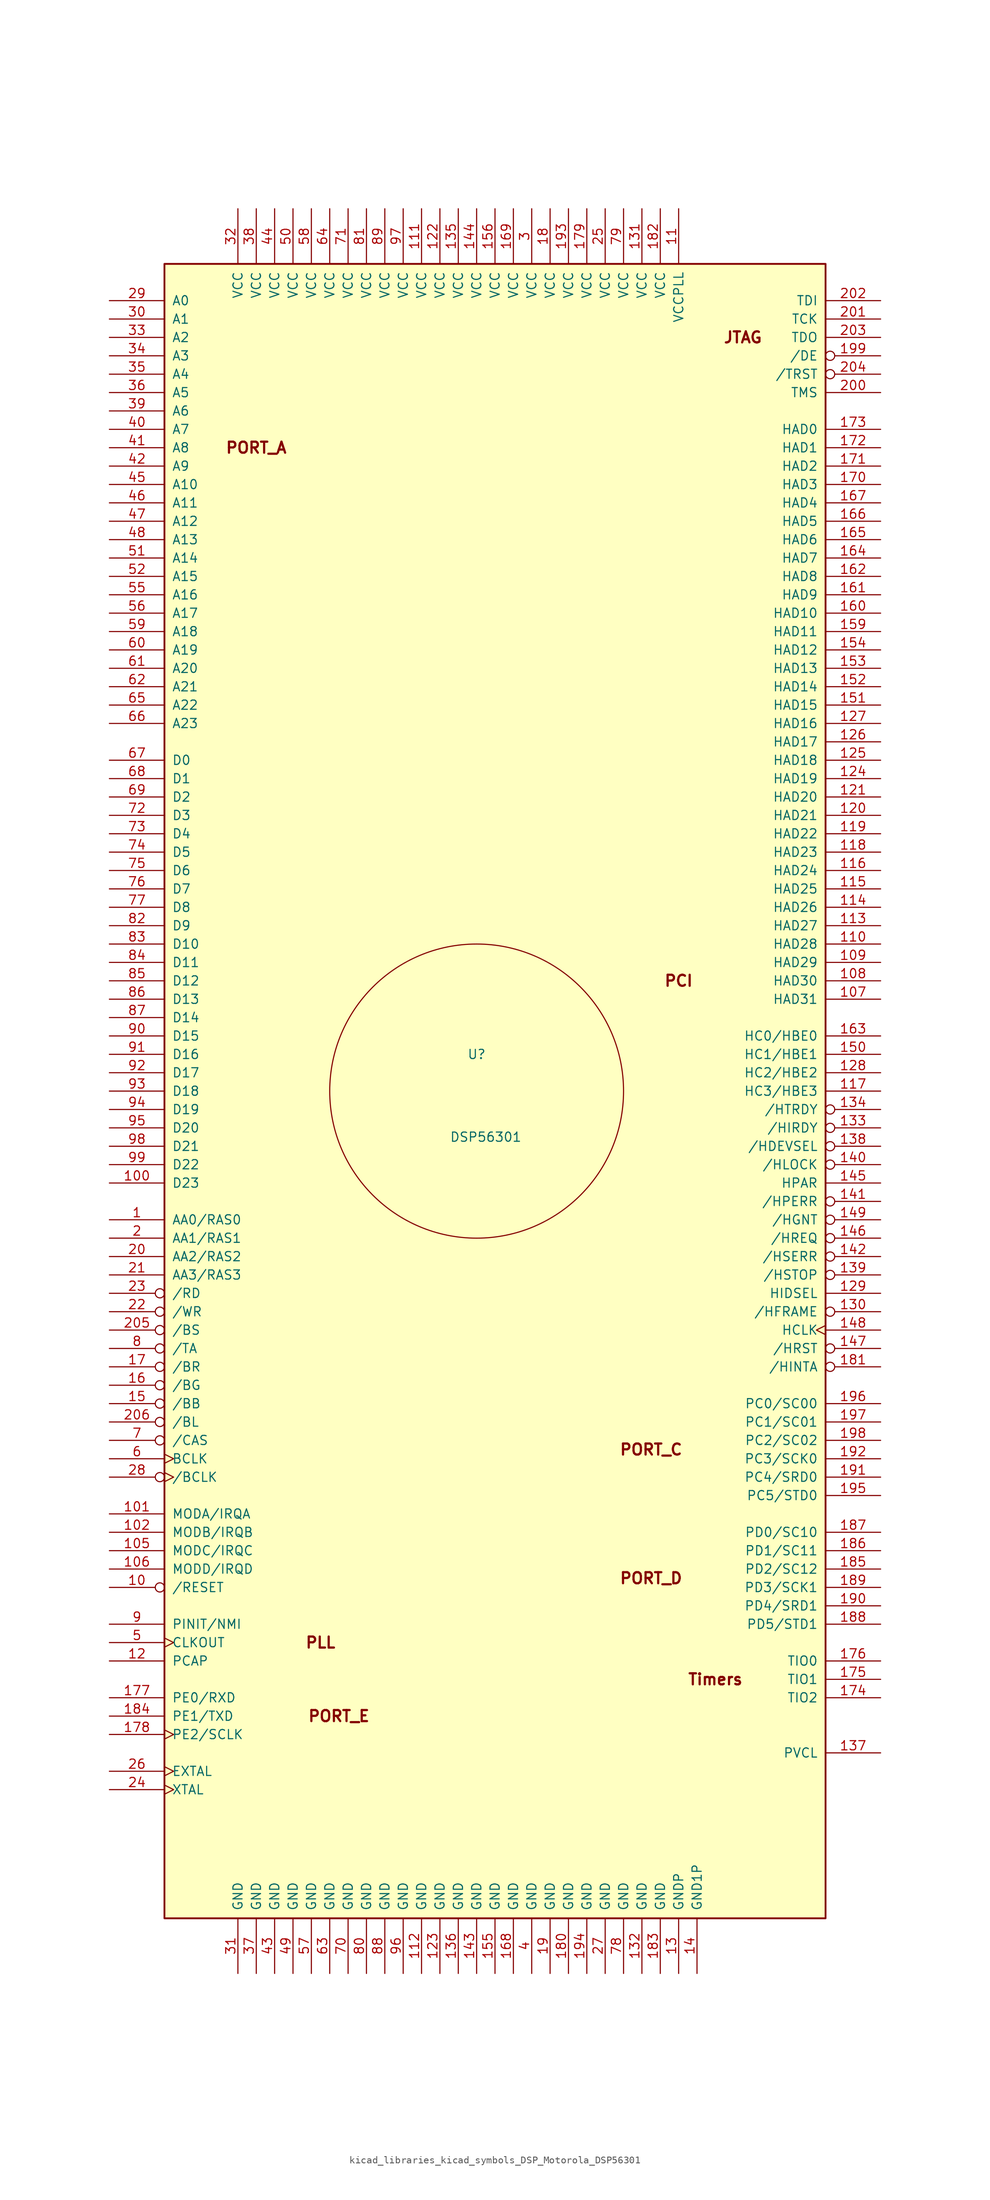
<source format=kicad_sym>
(kicad_symbol_lib
  (version 20220914)
  (generator kicad_symbol_editor)
  (symbol "kicad_libraries_kicad_symbols_DSP_Motorola_DSP56301"
    (pin_names
      (offset 1.016))
    (property "Reference" "U"
      (at 0 2.54 0)
      (effects (font (size 1.27 1.27))))
    (property "Value" "DSP56301"
      (at 1.27 -8.89 0)
      (effects (font (size 1.27 1.27))))
    (symbol "kicad_libraries_kicad_symbols_DSP_Motorola_DSP56301_0_1"
      (rectangle (start -43.18 111.76) (end 48.26 -116.84) (stroke (width 0.254) (type default)) (fill (type background)))
      (circle (center 0 -2.54) (radius 20.32) (stroke (width 0) (type default)) (fill (type none)))
      (text "JTAG" (at 36.83 101.6 0) (effects (font (size 1.524 1.524) bold)))
      (text "PCI" (at 27.94 12.7 0) (effects (font (size 1.524 1.524) bold)))
      (text "PLL" (at -21.59 -78.74 0) (effects (font (size 1.524 1.524) bold)))
      (text "PORT_A" (at -30.48 86.36 0) (effects (font (size 1.524 1.524) bold)))
      (text "PORT_C" (at 24.13 -52.07 0) (effects (font (size 1.524 1.524) bold)))
      (text "PORT_D" (at 24.13 -69.85 0) (effects (font (size 1.524 1.524) bold)))
      (text "PORT_E" (at -19.05 -88.9 0) (effects (font (size 1.524 1.524) bold)))
      (text "Timers" (at 33.02 -83.82 0) (effects (font (size 1.524 1.524) bold))))
    (symbol "kicad_libraries_kicad_symbols_DSP_Motorola_DSP56301_1_1"
      (pin output line (at -50.8 -20.32 0) (length 7.62) (name "AA0/RAS0" (effects (font (size 1.27 1.27)))) (number "1" (effects (font (size 1.27 1.27)))))
      (pin input inverted (at -50.8 -71.12 0) (length 7.62) (name "/RESET" (effects (font (size 1.27 1.27)))) (number "10" (effects (font (size 1.27 1.27)))))
      (pin bidirectional line (at -50.8 -15.24 0) (length 7.62) (name "D23" (effects (font (size 1.27 1.27)))) (number "100" (effects (font (size 1.27 1.27)))))
      (pin input line (at -50.8 -60.96 0) (length 7.62) (name "MODA/IRQA" (effects (font (size 1.27 1.27)))) (number "101" (effects (font (size 1.27 1.27)))))
      (pin input line (at -50.8 -63.5 0) (length 7.62) (name "MODB/IRQB" (effects (font (size 1.27 1.27)))) (number "102" (effects (font (size 1.27 1.27)))))
      (pin input line (at -50.8 -66.04 0) (length 7.62) (name "MODC/IRQC" (effects (font (size 1.27 1.27)))) (number "105" (effects (font (size 1.27 1.27)))))
      (pin input line (at -50.8 -68.58 0) (length 7.62) (name "MODD/IRQD" (effects (font (size 1.27 1.27)))) (number "106" (effects (font (size 1.27 1.27)))))
      (pin bidirectional line (at 55.88 10.16 180) (length 7.62) (name "HAD31" (effects (font (size 1.27 1.27)))) (number "107" (effects (font (size 1.27 1.27)))))
      (pin bidirectional line (at 55.88 12.7 180) (length 7.62) (name "HAD30" (effects (font (size 1.27 1.27)))) (number "108" (effects (font (size 1.27 1.27)))))
      (pin bidirectional line (at 55.88 15.24 180) (length 7.62) (name "HAD29" (effects (font (size 1.27 1.27)))) (number "109" (effects (font (size 1.27 1.27)))))
      (pin power_in line (at 27.94 119.38 270) (length 7.62) (name "VCCPLL" (effects (font (size 1.27 1.27)))) (number "11" (effects (font (size 1.27 1.27)))))
      (pin bidirectional line (at 55.88 17.78 180) (length 7.62) (name "HAD28" (effects (font (size 1.27 1.27)))) (number "110" (effects (font (size 1.27 1.27)))))
      (pin power_in line (at -7.62 119.38 270) (length 7.62) (name "VCC" (effects (font (size 1.27 1.27)))) (number "111" (effects (font (size 1.27 1.27)))))
      (pin power_in line (at -7.62 -124.46 90) (length 7.62) (name "GND" (effects (font (size 1.27 1.27)))) (number "112" (effects (font (size 1.27 1.27)))))
      (pin bidirectional line (at 55.88 20.32 180) (length 7.62) (name "HAD27" (effects (font (size 1.27 1.27)))) (number "113" (effects (font (size 1.27 1.27)))))
      (pin bidirectional line (at 55.88 22.86 180) (length 7.62) (name "HAD26" (effects (font (size 1.27 1.27)))) (number "114" (effects (font (size 1.27 1.27)))))
      (pin bidirectional line (at 55.88 25.4 180) (length 7.62) (name "HAD25" (effects (font (size 1.27 1.27)))) (number "115" (effects (font (size 1.27 1.27)))))
      (pin bidirectional line (at 55.88 27.94 180) (length 7.62) (name "HAD24" (effects (font (size 1.27 1.27)))) (number "116" (effects (font (size 1.27 1.27)))))
      (pin bidirectional line (at 55.88 -2.54 180) (length 7.62) (name "HC3/HBE3" (effects (font (size 1.27 1.27)))) (number "117" (effects (font (size 1.27 1.27)))))
      (pin bidirectional line (at 55.88 30.48 180) (length 7.62) (name "HAD23" (effects (font (size 1.27 1.27)))) (number "118" (effects (font (size 1.27 1.27)))))
      (pin bidirectional line (at 55.88 33.02 180) (length 7.62) (name "HAD22" (effects (font (size 1.27 1.27)))) (number "119" (effects (font (size 1.27 1.27)))))
      (pin input line (at -50.8 -81.28 0) (length 7.62) (name "PCAP" (effects (font (size 1.27 1.27)))) (number "12" (effects (font (size 1.27 1.27)))))
      (pin bidirectional line (at 55.88 35.56 180) (length 7.62) (name "HAD21" (effects (font (size 1.27 1.27)))) (number "120" (effects (font (size 1.27 1.27)))))
      (pin bidirectional line (at 55.88 38.1 180) (length 7.62) (name "HAD20" (effects (font (size 1.27 1.27)))) (number "121" (effects (font (size 1.27 1.27)))))
      (pin power_in line (at -5.08 119.38 270) (length 7.62) (name "VCC" (effects (font (size 1.27 1.27)))) (number "122" (effects (font (size 1.27 1.27)))))
      (pin power_in line (at -5.08 -124.46 90) (length 7.62) (name "GND" (effects (font (size 1.27 1.27)))) (number "123" (effects (font (size 1.27 1.27)))))
      (pin bidirectional line (at 55.88 40.64 180) (length 7.62) (name "HAD19" (effects (font (size 1.27 1.27)))) (number "124" (effects (font (size 1.27 1.27)))))
      (pin bidirectional line (at 55.88 43.18 180) (length 7.62) (name "HAD18" (effects (font (size 1.27 1.27)))) (number "125" (effects (font (size 1.27 1.27)))))
      (pin bidirectional line (at 55.88 45.72 180) (length 7.62) (name "HAD17" (effects (font (size 1.27 1.27)))) (number "126" (effects (font (size 1.27 1.27)))))
      (pin bidirectional line (at 55.88 48.26 180) (length 7.62) (name "HAD16" (effects (font (size 1.27 1.27)))) (number "127" (effects (font (size 1.27 1.27)))))
      (pin bidirectional line (at 55.88 0 180) (length 7.62) (name "HC2/HBE2" (effects (font (size 1.27 1.27)))) (number "128" (effects (font (size 1.27 1.27)))))
      (pin input line (at 55.88 -30.48 180) (length 7.62) (name "HIDSEL" (effects (font (size 1.27 1.27)))) (number "129" (effects (font (size 1.27 1.27)))))
      (pin power_in line (at 27.94 -124.46 90) (length 7.62) (name "GNDP" (effects (font (size 1.27 1.27)))) (number "13" (effects (font (size 1.27 1.27)))))
      (pin bidirectional inverted (at 55.88 -33.02 180) (length 7.62) (name "/HFRAME" (effects (font (size 1.27 1.27)))) (number "130" (effects (font (size 1.27 1.27)))))
      (pin power_in line (at 22.86 119.38 270) (length 7.62) (name "VCC" (effects (font (size 1.27 1.27)))) (number "131" (effects (font (size 1.27 1.27)))))
      (pin power_in line (at 22.86 -124.46 90) (length 7.62) (name "GND" (effects (font (size 1.27 1.27)))) (number "132" (effects (font (size 1.27 1.27)))))
      (pin bidirectional inverted (at 55.88 -7.62 180) (length 7.62) (name "/HIRDY" (effects (font (size 1.27 1.27)))) (number "133" (effects (font (size 1.27 1.27)))))
      (pin bidirectional inverted (at 55.88 -5.08 180) (length 7.62) (name "/HTRDY" (effects (font (size 1.27 1.27)))) (number "134" (effects (font (size 1.27 1.27)))))
      (pin power_in line (at -2.54 119.38 270) (length 7.62) (name "VCC" (effects (font (size 1.27 1.27)))) (number "135" (effects (font (size 1.27 1.27)))))
      (pin power_in line (at -2.54 -124.46 90) (length 7.62) (name "GND" (effects (font (size 1.27 1.27)))) (number "136" (effects (font (size 1.27 1.27)))))
      (pin input line (at 55.88 -93.98 180) (length 7.62) (name "PVCL" (effects (font (size 1.27 1.27)))) (number "137" (effects (font (size 1.27 1.27)))))
      (pin bidirectional inverted (at 55.88 -10.16 180) (length 7.62) (name "/HDEVSEL" (effects (font (size 1.27 1.27)))) (number "138" (effects (font (size 1.27 1.27)))))
      (pin bidirectional inverted (at 55.88 -27.94 180) (length 7.62) (name "/HSTOP" (effects (font (size 1.27 1.27)))) (number "139" (effects (font (size 1.27 1.27)))))
      (pin power_in line (at 30.48 -124.46 90) (length 7.62) (name "GND1P" (effects (font (size 1.27 1.27)))) (number "14" (effects (font (size 1.27 1.27)))))
      (pin bidirectional inverted (at 55.88 -12.7 180) (length 7.62) (name "/HLOCK" (effects (font (size 1.27 1.27)))) (number "140" (effects (font (size 1.27 1.27)))))
      (pin bidirectional inverted (at 55.88 -17.78 180) (length 7.62) (name "/HPERR" (effects (font (size 1.27 1.27)))) (number "141" (effects (font (size 1.27 1.27)))))
      (pin output inverted (at 55.88 -25.4 180) (length 7.62) (name "/HSERR" (effects (font (size 1.27 1.27)))) (number "142" (effects (font (size 1.27 1.27)))))
      (pin power_in line (at 0 -124.46 90) (length 7.62) (name "GND" (effects (font (size 1.27 1.27)))) (number "143" (effects (font (size 1.27 1.27)))))
      (pin power_in line (at 0 119.38 270) (length 7.62) (name "VCC" (effects (font (size 1.27 1.27)))) (number "144" (effects (font (size 1.27 1.27)))))
      (pin bidirectional line (at 55.88 -15.24 180) (length 7.62) (name "HPAR" (effects (font (size 1.27 1.27)))) (number "145" (effects (font (size 1.27 1.27)))))
      (pin output inverted (at 55.88 -22.86 180) (length 7.62) (name "/HREQ" (effects (font (size 1.27 1.27)))) (number "146" (effects (font (size 1.27 1.27)))))
      (pin input inverted (at 55.88 -38.1 180) (length 7.62) (name "/HRST" (effects (font (size 1.27 1.27)))) (number "147" (effects (font (size 1.27 1.27)))))
      (pin input clock (at 55.88 -35.56 180) (length 7.62) (name "HCLK" (effects (font (size 1.27 1.27)))) (number "148" (effects (font (size 1.27 1.27)))))
      (pin input inverted (at 55.88 -20.32 180) (length 7.62) (name "/HGNT" (effects (font (size 1.27 1.27)))) (number "149" (effects (font (size 1.27 1.27)))))
      (pin bidirectional inverted (at -50.8 -45.72 0) (length 7.62) (name "/BB" (effects (font (size 1.27 1.27)))) (number "15" (effects (font (size 1.27 1.27)))))
      (pin bidirectional line (at 55.88 2.54 180) (length 7.62) (name "HC1/HBE1" (effects (font (size 1.27 1.27)))) (number "150" (effects (font (size 1.27 1.27)))))
      (pin bidirectional line (at 55.88 50.8 180) (length 7.62) (name "HAD15" (effects (font (size 1.27 1.27)))) (number "151" (effects (font (size 1.27 1.27)))))
      (pin bidirectional line (at 55.88 53.34 180) (length 7.62) (name "HAD14" (effects (font (size 1.27 1.27)))) (number "152" (effects (font (size 1.27 1.27)))))
      (pin bidirectional line (at 55.88 55.88 180) (length 7.62) (name "HAD13" (effects (font (size 1.27 1.27)))) (number "153" (effects (font (size 1.27 1.27)))))
      (pin bidirectional line (at 55.88 58.42 180) (length 7.62) (name "HAD12" (effects (font (size 1.27 1.27)))) (number "154" (effects (font (size 1.27 1.27)))))
      (pin power_in line (at 2.54 -124.46 90) (length 7.62) (name "GND" (effects (font (size 1.27 1.27)))) (number "155" (effects (font (size 1.27 1.27)))))
      (pin power_in line (at 2.54 119.38 270) (length 7.62) (name "VCC" (effects (font (size 1.27 1.27)))) (number "156" (effects (font (size 1.27 1.27)))))
      (pin bidirectional line (at 55.88 60.96 180) (length 7.62) (name "HAD11" (effects (font (size 1.27 1.27)))) (number "159" (effects (font (size 1.27 1.27)))))
      (pin input inverted (at -50.8 -43.18 0) (length 7.62) (name "/BG" (effects (font (size 1.27 1.27)))) (number "16" (effects (font (size 1.27 1.27)))))
      (pin bidirectional line (at 55.88 63.5 180) (length 7.62) (name "HAD10" (effects (font (size 1.27 1.27)))) (number "160" (effects (font (size 1.27 1.27)))))
      (pin bidirectional line (at 55.88 66.04 180) (length 7.62) (name "HAD9" (effects (font (size 1.27 1.27)))) (number "161" (effects (font (size 1.27 1.27)))))
      (pin bidirectional line (at 55.88 68.58 180) (length 7.62) (name "HAD8" (effects (font (size 1.27 1.27)))) (number "162" (effects (font (size 1.27 1.27)))))
      (pin bidirectional line (at 55.88 5.08 180) (length 7.62) (name "HC0/HBE0" (effects (font (size 1.27 1.27)))) (number "163" (effects (font (size 1.27 1.27)))))
      (pin bidirectional line (at 55.88 71.12 180) (length 7.62) (name "HAD7" (effects (font (size 1.27 1.27)))) (number "164" (effects (font (size 1.27 1.27)))))
      (pin bidirectional line (at 55.88 73.66 180) (length 7.62) (name "HAD6" (effects (font (size 1.27 1.27)))) (number "165" (effects (font (size 1.27 1.27)))))
      (pin bidirectional line (at 55.88 76.2 180) (length 7.62) (name "HAD5" (effects (font (size 1.27 1.27)))) (number "166" (effects (font (size 1.27 1.27)))))
      (pin bidirectional line (at 55.88 78.74 180) (length 7.62) (name "HAD4" (effects (font (size 1.27 1.27)))) (number "167" (effects (font (size 1.27 1.27)))))
      (pin power_in line (at 5.08 -124.46 90) (length 7.62) (name "GND" (effects (font (size 1.27 1.27)))) (number "168" (effects (font (size 1.27 1.27)))))
      (pin power_in line (at 5.08 119.38 270) (length 7.62) (name "VCC" (effects (font (size 1.27 1.27)))) (number "169" (effects (font (size 1.27 1.27)))))
      (pin output inverted (at -50.8 -40.64 0) (length 7.62) (name "/BR" (effects (font (size 1.27 1.27)))) (number "17" (effects (font (size 1.27 1.27)))))
      (pin bidirectional line (at 55.88 81.28 180) (length 7.62) (name "HAD3" (effects (font (size 1.27 1.27)))) (number "170" (effects (font (size 1.27 1.27)))))
      (pin bidirectional line (at 55.88 83.82 180) (length 7.62) (name "HAD2" (effects (font (size 1.27 1.27)))) (number "171" (effects (font (size 1.27 1.27)))))
      (pin bidirectional line (at 55.88 86.36 180) (length 7.62) (name "HAD1" (effects (font (size 1.27 1.27)))) (number "172" (effects (font (size 1.27 1.27)))))
      (pin bidirectional line (at 55.88 88.9 180) (length 7.62) (name "HAD0" (effects (font (size 1.27 1.27)))) (number "173" (effects (font (size 1.27 1.27)))))
      (pin bidirectional line (at 55.88 -86.36 180) (length 7.62) (name "TIO2" (effects (font (size 1.27 1.27)))) (number "174" (effects (font (size 1.27 1.27)))))
      (pin bidirectional line (at 55.88 -83.82 180) (length 7.62) (name "TIO1" (effects (font (size 1.27 1.27)))) (number "175" (effects (font (size 1.27 1.27)))))
      (pin bidirectional line (at 55.88 -81.28 180) (length 7.62) (name "TIO0" (effects (font (size 1.27 1.27)))) (number "176" (effects (font (size 1.27 1.27)))))
      (pin bidirectional line (at -50.8 -86.36 0) (length 7.62) (name "PE0/RXD" (effects (font (size 1.27 1.27)))) (number "177" (effects (font (size 1.27 1.27)))))
      (pin bidirectional clock (at -50.8 -91.44 0) (length 7.62) (name "PE2/SCLK" (effects (font (size 1.27 1.27)))) (number "178" (effects (font (size 1.27 1.27)))))
      (pin power_in line (at 15.24 119.38 270) (length 7.62) (name "VCC" (effects (font (size 1.27 1.27)))) (number "179" (effects (font (size 1.27 1.27)))))
      (pin power_in line (at 10.16 119.38 270) (length 7.62) (name "VCC" (effects (font (size 1.27 1.27)))) (number "18" (effects (font (size 1.27 1.27)))))
      (pin power_in line (at 12.7 -124.46 90) (length 7.62) (name "GND" (effects (font (size 1.27 1.27)))) (number "180" (effects (font (size 1.27 1.27)))))
      (pin output inverted (at 55.88 -40.64 180) (length 7.62) (name "/HINTA" (effects (font (size 1.27 1.27)))) (number "181" (effects (font (size 1.27 1.27)))))
      (pin power_in line (at 25.4 119.38 270) (length 7.62) (name "VCC" (effects (font (size 1.27 1.27)))) (number "182" (effects (font (size 1.27 1.27)))))
      (pin power_in line (at 25.4 -124.46 90) (length 7.62) (name "GND" (effects (font (size 1.27 1.27)))) (number "183" (effects (font (size 1.27 1.27)))))
      (pin bidirectional line (at -50.8 -88.9 0) (length 7.62) (name "PE1/TXD" (effects (font (size 1.27 1.27)))) (number "184" (effects (font (size 1.27 1.27)))))
      (pin bidirectional line (at 55.88 -68.58 180) (length 7.62) (name "PD2/SC12" (effects (font (size 1.27 1.27)))) (number "185" (effects (font (size 1.27 1.27)))))
      (pin bidirectional line (at 55.88 -66.04 180) (length 7.62) (name "PD1/SC11" (effects (font (size 1.27 1.27)))) (number "186" (effects (font (size 1.27 1.27)))))
      (pin bidirectional line (at 55.88 -63.5 180) (length 7.62) (name "PD0/SC10" (effects (font (size 1.27 1.27)))) (number "187" (effects (font (size 1.27 1.27)))))
      (pin bidirectional line (at 55.88 -76.2 180) (length 7.62) (name "PD5/STD1" (effects (font (size 1.27 1.27)))) (number "188" (effects (font (size 1.27 1.27)))))
      (pin bidirectional line (at 55.88 -71.12 180) (length 7.62) (name "PD3/SCK1" (effects (font (size 1.27 1.27)))) (number "189" (effects (font (size 1.27 1.27)))))
      (pin power_in line (at 10.16 -124.46 90) (length 7.62) (name "GND" (effects (font (size 1.27 1.27)))) (number "19" (effects (font (size 1.27 1.27)))))
      (pin bidirectional line (at 55.88 -73.66 180) (length 7.62) (name "PD4/SRD1" (effects (font (size 1.27 1.27)))) (number "190" (effects (font (size 1.27 1.27)))))
      (pin bidirectional line (at 55.88 -55.88 180) (length 7.62) (name "PC4/SRD0" (effects (font (size 1.27 1.27)))) (number "191" (effects (font (size 1.27 1.27)))))
      (pin bidirectional line (at 55.88 -53.34 180) (length 7.62) (name "PC3/SCK0" (effects (font (size 1.27 1.27)))) (number "192" (effects (font (size 1.27 1.27)))))
      (pin power_in line (at 12.7 119.38 270) (length 7.62) (name "VCC" (effects (font (size 1.27 1.27)))) (number "193" (effects (font (size 1.27 1.27)))))
      (pin power_in line (at 15.24 -124.46 90) (length 7.62) (name "GND" (effects (font (size 1.27 1.27)))) (number "194" (effects (font (size 1.27 1.27)))))
      (pin bidirectional line (at 55.88 -58.42 180) (length 7.62) (name "PC5/STD0" (effects (font (size 1.27 1.27)))) (number "195" (effects (font (size 1.27 1.27)))))
      (pin bidirectional line (at 55.88 -45.72 180) (length 7.62) (name "PC0/SC00" (effects (font (size 1.27 1.27)))) (number "196" (effects (font (size 1.27 1.27)))))
      (pin bidirectional line (at 55.88 -48.26 180) (length 7.62) (name "PC1/SC01" (effects (font (size 1.27 1.27)))) (number "197" (effects (font (size 1.27 1.27)))))
      (pin bidirectional line (at 55.88 -50.8 180) (length 7.62) (name "PC2/SC02" (effects (font (size 1.27 1.27)))) (number "198" (effects (font (size 1.27 1.27)))))
      (pin output inverted (at 55.88 99.06 180) (length 7.62) (name "/DE" (effects (font (size 1.27 1.27)))) (number "199" (effects (font (size 1.27 1.27)))))
      (pin output line (at -50.8 -22.86 0) (length 7.62) (name "AA1/RAS1" (effects (font (size 1.27 1.27)))) (number "2" (effects (font (size 1.27 1.27)))))
      (pin output line (at -50.8 -25.4 0) (length 7.62) (name "AA2/RAS2" (effects (font (size 1.27 1.27)))) (number "20" (effects (font (size 1.27 1.27)))))
      (pin input line (at 55.88 93.98 180) (length 7.62) (name "TMS" (effects (font (size 1.27 1.27)))) (number "200" (effects (font (size 1.27 1.27)))))
      (pin input line (at 55.88 104.14 180) (length 7.62) (name "TCK" (effects (font (size 1.27 1.27)))) (number "201" (effects (font (size 1.27 1.27)))))
      (pin input line (at 55.88 106.68 180) (length 7.62) (name "TDI" (effects (font (size 1.27 1.27)))) (number "202" (effects (font (size 1.27 1.27)))))
      (pin output line (at 55.88 101.6 180) (length 7.62) (name "TDO" (effects (font (size 1.27 1.27)))) (number "203" (effects (font (size 1.27 1.27)))))
      (pin input inverted (at 55.88 96.52 180) (length 7.62) (name "/TRST" (effects (font (size 1.27 1.27)))) (number "204" (effects (font (size 1.27 1.27)))))
      (pin output inverted (at -50.8 -35.56 0) (length 7.62) (name "/BS" (effects (font (size 1.27 1.27)))) (number "205" (effects (font (size 1.27 1.27)))))
      (pin output inverted (at -50.8 -48.26 0) (length 7.62) (name "/BL" (effects (font (size 1.27 1.27)))) (number "206" (effects (font (size 1.27 1.27)))))
      (pin output line (at -50.8 -27.94 0) (length 7.62) (name "AA3/RAS3" (effects (font (size 1.27 1.27)))) (number "21" (effects (font (size 1.27 1.27)))))
      (pin output inverted (at -50.8 -33.02 0) (length 7.62) (name "/WR" (effects (font (size 1.27 1.27)))) (number "22" (effects (font (size 1.27 1.27)))))
      (pin output inverted (at -50.8 -30.48 0) (length 7.62) (name "/RD" (effects (font (size 1.27 1.27)))) (number "23" (effects (font (size 1.27 1.27)))))
      (pin output clock (at -50.8 -99.06 0) (length 7.62) (name "XTAL" (effects (font (size 1.27 1.27)))) (number "24" (effects (font (size 1.27 1.27)))))
      (pin power_in line (at 17.78 119.38 270) (length 7.62) (name "VCC" (effects (font (size 1.27 1.27)))) (number "25" (effects (font (size 1.27 1.27)))))
      (pin input clock (at -50.8 -96.52 0) (length 7.62) (name "EXTAL" (effects (font (size 1.27 1.27)))) (number "26" (effects (font (size 1.27 1.27)))))
      (pin power_in line (at 17.78 -124.46 90) (length 7.62) (name "GND" (effects (font (size 1.27 1.27)))) (number "27" (effects (font (size 1.27 1.27)))))
      (pin output inverted_clock (at -50.8 -55.88 0) (length 7.62) (name "/BCLK" (effects (font (size 1.27 1.27)))) (number "28" (effects (font (size 1.27 1.27)))))
      (pin output line (at -50.8 106.68 0) (length 7.62) (name "A0" (effects (font (size 1.27 1.27)))) (number "29" (effects (font (size 1.27 1.27)))))
      (pin power_in line (at 7.62 119.38 270) (length 7.62) (name "VCC" (effects (font (size 1.27 1.27)))) (number "3" (effects (font (size 1.27 1.27)))))
      (pin output line (at -50.8 104.14 0) (length 7.62) (name "A1" (effects (font (size 1.27 1.27)))) (number "30" (effects (font (size 1.27 1.27)))))
      (pin power_in line (at -33.02 -124.46 90) (length 7.62) (name "GND" (effects (font (size 1.27 1.27)))) (number "31" (effects (font (size 1.27 1.27)))))
      (pin power_in line (at -33.02 119.38 270) (length 7.62) (name "VCC" (effects (font (size 1.27 1.27)))) (number "32" (effects (font (size 1.27 1.27)))))
      (pin output line (at -50.8 101.6 0) (length 7.62) (name "A2" (effects (font (size 1.27 1.27)))) (number "33" (effects (font (size 1.27 1.27)))))
      (pin output line (at -50.8 99.06 0) (length 7.62) (name "A3" (effects (font (size 1.27 1.27)))) (number "34" (effects (font (size 1.27 1.27)))))
      (pin output line (at -50.8 96.52 0) (length 7.62) (name "A4" (effects (font (size 1.27 1.27)))) (number "35" (effects (font (size 1.27 1.27)))))
      (pin output line (at -50.8 93.98 0) (length 7.62) (name "A5" (effects (font (size 1.27 1.27)))) (number "36" (effects (font (size 1.27 1.27)))))
      (pin power_in line (at -30.48 -124.46 90) (length 7.62) (name "GND" (effects (font (size 1.27 1.27)))) (number "37" (effects (font (size 1.27 1.27)))))
      (pin power_in line (at -30.48 119.38 270) (length 7.62) (name "VCC" (effects (font (size 1.27 1.27)))) (number "38" (effects (font (size 1.27 1.27)))))
      (pin output line (at -50.8 91.44 0) (length 7.62) (name "A6" (effects (font (size 1.27 1.27)))) (number "39" (effects (font (size 1.27 1.27)))))
      (pin power_in line (at 7.62 -124.46 90) (length 7.62) (name "GND" (effects (font (size 1.27 1.27)))) (number "4" (effects (font (size 1.27 1.27)))))
      (pin output line (at -50.8 88.9 0) (length 7.62) (name "A7" (effects (font (size 1.27 1.27)))) (number "40" (effects (font (size 1.27 1.27)))))
      (pin output line (at -50.8 86.36 0) (length 7.62) (name "A8" (effects (font (size 1.27 1.27)))) (number "41" (effects (font (size 1.27 1.27)))))
      (pin output line (at -50.8 83.82 0) (length 7.62) (name "A9" (effects (font (size 1.27 1.27)))) (number "42" (effects (font (size 1.27 1.27)))))
      (pin power_in line (at -27.94 -124.46 90) (length 7.62) (name "GND" (effects (font (size 1.27 1.27)))) (number "43" (effects (font (size 1.27 1.27)))))
      (pin power_in line (at -27.94 119.38 270) (length 7.62) (name "VCC" (effects (font (size 1.27 1.27)))) (number "44" (effects (font (size 1.27 1.27)))))
      (pin output line (at -50.8 81.28 0) (length 7.62) (name "A10" (effects (font (size 1.27 1.27)))) (number "45" (effects (font (size 1.27 1.27)))))
      (pin output line (at -50.8 78.74 0) (length 7.62) (name "A11" (effects (font (size 1.27 1.27)))) (number "46" (effects (font (size 1.27 1.27)))))
      (pin output line (at -50.8 76.2 0) (length 7.62) (name "A12" (effects (font (size 1.27 1.27)))) (number "47" (effects (font (size 1.27 1.27)))))
      (pin output line (at -50.8 73.66 0) (length 7.62) (name "A13" (effects (font (size 1.27 1.27)))) (number "48" (effects (font (size 1.27 1.27)))))
      (pin power_in line (at -25.4 -124.46 90) (length 7.62) (name "GND" (effects (font (size 1.27 1.27)))) (number "49" (effects (font (size 1.27 1.27)))))
      (pin output clock (at -50.8 -78.74 0) (length 7.62) (name "CLKOUT" (effects (font (size 1.27 1.27)))) (number "5" (effects (font (size 1.27 1.27)))))
      (pin power_in line (at -25.4 119.38 270) (length 7.62) (name "VCC" (effects (font (size 1.27 1.27)))) (number "50" (effects (font (size 1.27 1.27)))))
      (pin output line (at -50.8 71.12 0) (length 7.62) (name "A14" (effects (font (size 1.27 1.27)))) (number "51" (effects (font (size 1.27 1.27)))))
      (pin output line (at -50.8 68.58 0) (length 7.62) (name "A15" (effects (font (size 1.27 1.27)))) (number "52" (effects (font (size 1.27 1.27)))))
      (pin output line (at -50.8 66.04 0) (length 7.62) (name "A16" (effects (font (size 1.27 1.27)))) (number "55" (effects (font (size 1.27 1.27)))))
      (pin output line (at -50.8 63.5 0) (length 7.62) (name "A17" (effects (font (size 1.27 1.27)))) (number "56" (effects (font (size 1.27 1.27)))))
      (pin power_in line (at -22.86 -124.46 90) (length 7.62) (name "GND" (effects (font (size 1.27 1.27)))) (number "57" (effects (font (size 1.27 1.27)))))
      (pin power_in line (at -22.86 119.38 270) (length 7.62) (name "VCC" (effects (font (size 1.27 1.27)))) (number "58" (effects (font (size 1.27 1.27)))))
      (pin output line (at -50.8 60.96 0) (length 7.62) (name "A18" (effects (font (size 1.27 1.27)))) (number "59" (effects (font (size 1.27 1.27)))))
      (pin output clock (at -50.8 -53.34 0) (length 7.62) (name "BCLK" (effects (font (size 1.27 1.27)))) (number "6" (effects (font (size 1.27 1.27)))))
      (pin output line (at -50.8 58.42 0) (length 7.62) (name "A19" (effects (font (size 1.27 1.27)))) (number "60" (effects (font (size 1.27 1.27)))))
      (pin output line (at -50.8 55.88 0) (length 7.62) (name "A20" (effects (font (size 1.27 1.27)))) (number "61" (effects (font (size 1.27 1.27)))))
      (pin output line (at -50.8 53.34 0) (length 7.62) (name "A21" (effects (font (size 1.27 1.27)))) (number "62" (effects (font (size 1.27 1.27)))))
      (pin power_in line (at -20.32 -124.46 90) (length 7.62) (name "GND" (effects (font (size 1.27 1.27)))) (number "63" (effects (font (size 1.27 1.27)))))
      (pin power_in line (at -20.32 119.38 270) (length 7.62) (name "VCC" (effects (font (size 1.27 1.27)))) (number "64" (effects (font (size 1.27 1.27)))))
      (pin output line (at -50.8 50.8 0) (length 7.62) (name "A22" (effects (font (size 1.27 1.27)))) (number "65" (effects (font (size 1.27 1.27)))))
      (pin output line (at -50.8 48.26 0) (length 7.62) (name "A23" (effects (font (size 1.27 1.27)))) (number "66" (effects (font (size 1.27 1.27)))))
      (pin bidirectional line (at -50.8 43.18 0) (length 7.62) (name "D0" (effects (font (size 1.27 1.27)))) (number "67" (effects (font (size 1.27 1.27)))))
      (pin bidirectional line (at -50.8 40.64 0) (length 7.62) (name "D1" (effects (font (size 1.27 1.27)))) (number "68" (effects (font (size 1.27 1.27)))))
      (pin bidirectional line (at -50.8 38.1 0) (length 7.62) (name "D2" (effects (font (size 1.27 1.27)))) (number "69" (effects (font (size 1.27 1.27)))))
      (pin output inverted (at -50.8 -50.8 0) (length 7.62) (name "/CAS" (effects (font (size 1.27 1.27)))) (number "7" (effects (font (size 1.27 1.27)))))
      (pin power_in line (at -17.78 -124.46 90) (length 7.62) (name "GND" (effects (font (size 1.27 1.27)))) (number "70" (effects (font (size 1.27 1.27)))))
      (pin power_in line (at -17.78 119.38 270) (length 7.62) (name "VCC" (effects (font (size 1.27 1.27)))) (number "71" (effects (font (size 1.27 1.27)))))
      (pin bidirectional line (at -50.8 35.56 0) (length 7.62) (name "D3" (effects (font (size 1.27 1.27)))) (number "72" (effects (font (size 1.27 1.27)))))
      (pin bidirectional line (at -50.8 33.02 0) (length 7.62) (name "D4" (effects (font (size 1.27 1.27)))) (number "73" (effects (font (size 1.27 1.27)))))
      (pin bidirectional line (at -50.8 30.48 0) (length 7.62) (name "D5" (effects (font (size 1.27 1.27)))) (number "74" (effects (font (size 1.27 1.27)))))
      (pin bidirectional line (at -50.8 27.94 0) (length 7.62) (name "D6" (effects (font (size 1.27 1.27)))) (number "75" (effects (font (size 1.27 1.27)))))
      (pin bidirectional line (at -50.8 25.4 0) (length 7.62) (name "D7" (effects (font (size 1.27 1.27)))) (number "76" (effects (font (size 1.27 1.27)))))
      (pin bidirectional line (at -50.8 22.86 0) (length 7.62) (name "D8" (effects (font (size 1.27 1.27)))) (number "77" (effects (font (size 1.27 1.27)))))
      (pin power_in line (at 20.32 -124.46 90) (length 7.62) (name "GND" (effects (font (size 1.27 1.27)))) (number "78" (effects (font (size 1.27 1.27)))))
      (pin power_in line (at 20.32 119.38 270) (length 7.62) (name "VCC" (effects (font (size 1.27 1.27)))) (number "79" (effects (font (size 1.27 1.27)))))
      (pin input inverted (at -50.8 -38.1 0) (length 7.62) (name "/TA" (effects (font (size 1.27 1.27)))) (number "8" (effects (font (size 1.27 1.27)))))
      (pin power_in line (at -15.24 -124.46 90) (length 7.62) (name "GND" (effects (font (size 1.27 1.27)))) (number "80" (effects (font (size 1.27 1.27)))))
      (pin power_in line (at -15.24 119.38 270) (length 7.62) (name "VCC" (effects (font (size 1.27 1.27)))) (number "81" (effects (font (size 1.27 1.27)))))
      (pin bidirectional line (at -50.8 20.32 0) (length 7.62) (name "D9" (effects (font (size 1.27 1.27)))) (number "82" (effects (font (size 1.27 1.27)))))
      (pin bidirectional line (at -50.8 17.78 0) (length 7.62) (name "D10" (effects (font (size 1.27 1.27)))) (number "83" (effects (font (size 1.27 1.27)))))
      (pin bidirectional line (at -50.8 15.24 0) (length 7.62) (name "D11" (effects (font (size 1.27 1.27)))) (number "84" (effects (font (size 1.27 1.27)))))
      (pin bidirectional line (at -50.8 12.7 0) (length 7.62) (name "D12" (effects (font (size 1.27 1.27)))) (number "85" (effects (font (size 1.27 1.27)))))
      (pin bidirectional line (at -50.8 10.16 0) (length 7.62) (name "D13" (effects (font (size 1.27 1.27)))) (number "86" (effects (font (size 1.27 1.27)))))
      (pin bidirectional line (at -50.8 7.62 0) (length 7.62) (name "D14" (effects (font (size 1.27 1.27)))) (number "87" (effects (font (size 1.27 1.27)))))
      (pin power_in line (at -12.7 -124.46 90) (length 7.62) (name "GND" (effects (font (size 1.27 1.27)))) (number "88" (effects (font (size 1.27 1.27)))))
      (pin power_in line (at -12.7 119.38 270) (length 7.62) (name "VCC" (effects (font (size 1.27 1.27)))) (number "89" (effects (font (size 1.27 1.27)))))
      (pin input line (at -50.8 -76.2 0) (length 7.62) (name "PINIT/NMI" (effects (font (size 1.27 1.27)))) (number "9" (effects (font (size 1.27 1.27)))))
      (pin bidirectional line (at -50.8 5.08 0) (length 7.62) (name "D15" (effects (font (size 1.27 1.27)))) (number "90" (effects (font (size 1.27 1.27)))))
      (pin bidirectional line (at -50.8 2.54 0) (length 7.62) (name "D16" (effects (font (size 1.27 1.27)))) (number "91" (effects (font (size 1.27 1.27)))))
      (pin bidirectional line (at -50.8 0 0) (length 7.62) (name "D17" (effects (font (size 1.27 1.27)))) (number "92" (effects (font (size 1.27 1.27)))))
      (pin bidirectional line (at -50.8 -2.54 0) (length 7.62) (name "D18" (effects (font (size 1.27 1.27)))) (number "93" (effects (font (size 1.27 1.27)))))
      (pin bidirectional line (at -50.8 -5.08 0) (length 7.62) (name "D19" (effects (font (size 1.27 1.27)))) (number "94" (effects (font (size 1.27 1.27)))))
      (pin bidirectional line (at -50.8 -7.62 0) (length 7.62) (name "D20" (effects (font (size 1.27 1.27)))) (number "95" (effects (font (size 1.27 1.27)))))
      (pin power_in line (at -10.16 -124.46 90) (length 7.62) (name "GND" (effects (font (size 1.27 1.27)))) (number "96" (effects (font (size 1.27 1.27)))))
      (pin power_in line (at -10.16 119.38 270) (length 7.62) (name "VCC" (effects (font (size 1.27 1.27)))) (number "97" (effects (font (size 1.27 1.27)))))
      (pin bidirectional line (at -50.8 -10.16 0) (length 7.62) (name "D21" (effects (font (size 1.27 1.27)))) (number "98" (effects (font (size 1.27 1.27)))))
      (pin bidirectional line (at -50.8 -12.7 0) (length 7.62) (name "D22" (effects (font (size 1.27 1.27)))) (number "99" (effects (font (size 1.27 1.27))))))))
</source>
